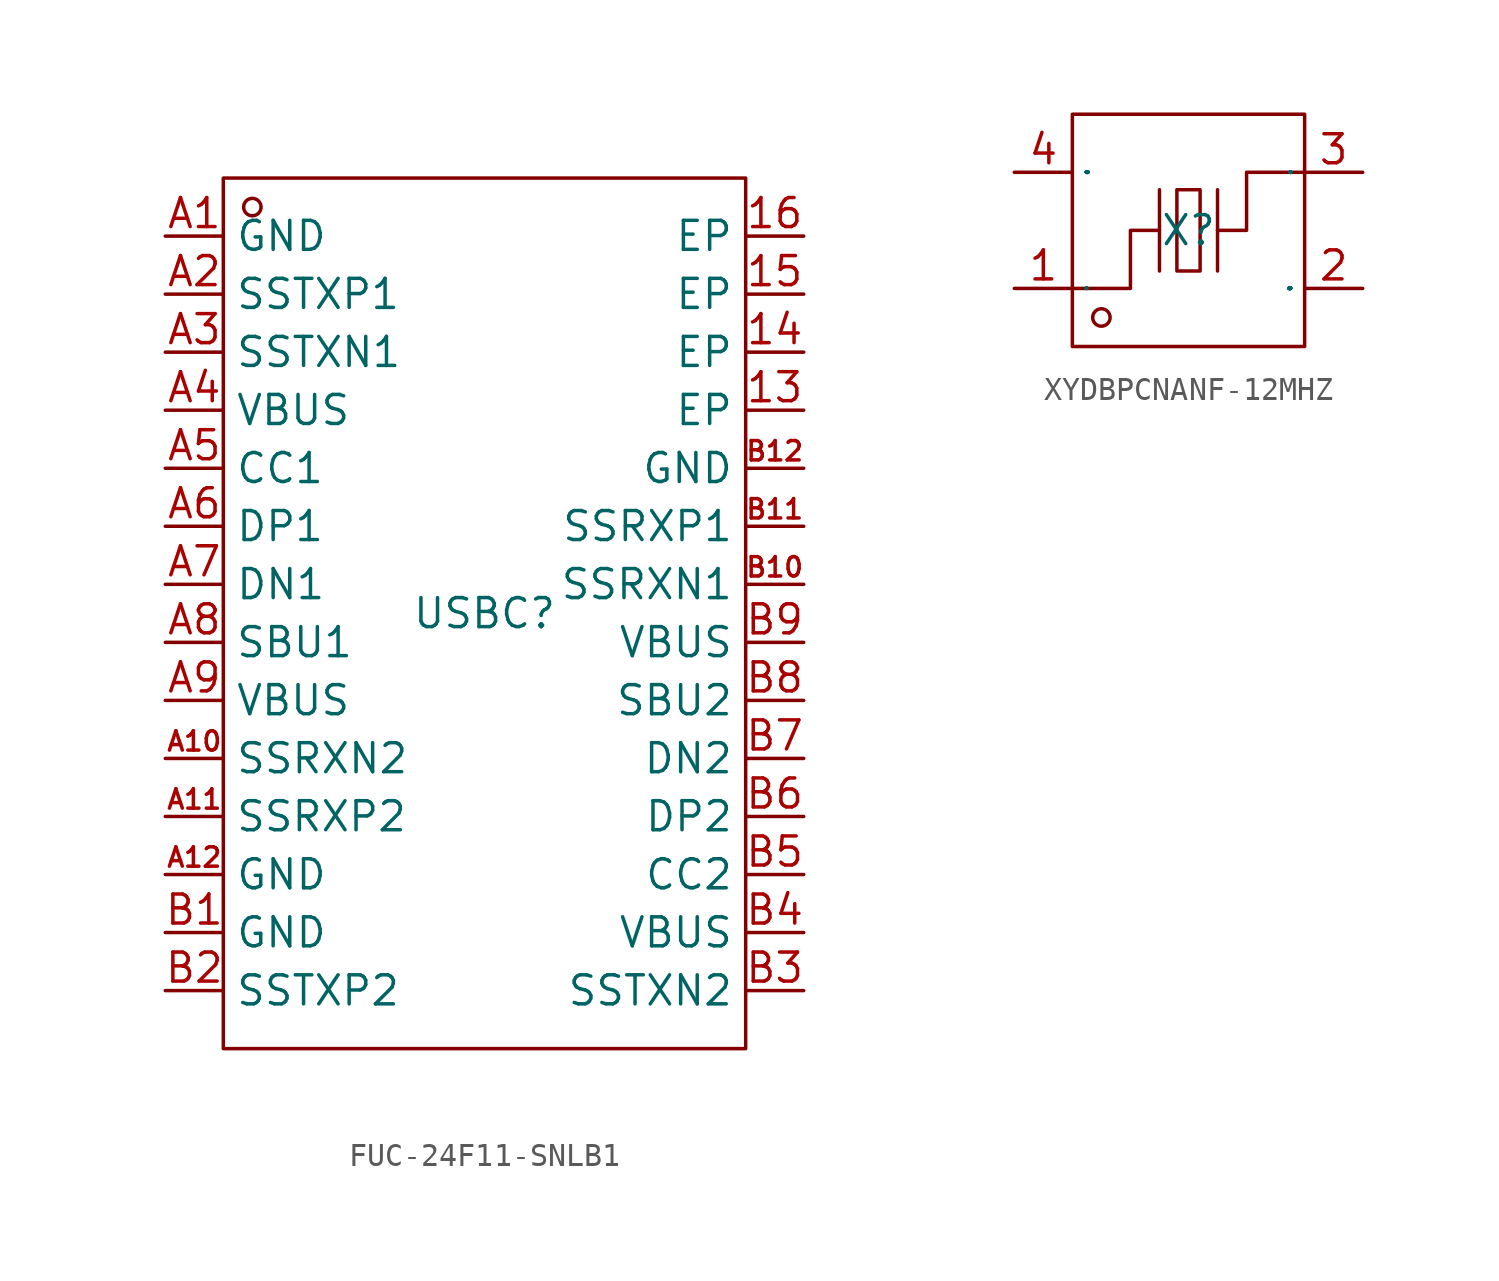
<source format=kicad_sym>
(kicad_symbol_lib
  (version 20231120)
  (generator "kicad_symbol_editor")
  (generator_version "8.0")
  (symbol "FUC-24F11-SNLB1"
    (property "Reference" "USBC"
      (at 0 0 0)
      (effects (font (size 1.27 1.27))))
    (property "Value" ""
      (at 0 0 0)
      (effects (font (size 1.27 1.27))))
    (symbol "FUC-24F11-SNLB1_1_0"
      (rectangle (start -11.43 -19.05) (end 11.43 19.05) (stroke (width 0) (type default)) (fill (type none)))
      (circle (center -10.16 17.78) (radius 0.381) (stroke (width 0) (type default)) (fill (type none)))
      (pin unspecified line (at 13.97 8.89 180) (length 2.54) (name "EP" (effects (font (size 1.27 1.27)))) (number "13" (effects (font (size 1.27 1.27)))))
      (pin unspecified line (at 13.97 11.43 180) (length 2.54) (name "EP" (effects (font (size 1.27 1.27)))) (number "14" (effects (font (size 1.27 1.27)))))
      (pin unspecified line (at 13.97 13.97 180) (length 2.54) (name "EP" (effects (font (size 1.27 1.27)))) (number "15" (effects (font (size 1.27 1.27)))))
      (pin unspecified line (at 13.97 16.51 180) (length 2.54) (name "EP" (effects (font (size 1.27 1.27)))) (number "16" (effects (font (size 1.27 1.27)))))
      (pin unspecified line (at -13.97 16.51 0) (length 2.54) (name "GND" (effects (font (size 1.27 1.27)))) (number "A1" (effects (font (size 1.27 1.27)))))
      (pin unspecified line (at -13.97 -6.35 0) (length 2.54) (name "SSRXN2" (effects (font (size 1.27 1.27)))) (number "A10" (effects (font (size 0.847 0.847)))))
      (pin unspecified line (at -13.97 -8.89 0) (length 2.54) (name "SSRXP2" (effects (font (size 1.27 1.27)))) (number "A11" (effects (font (size 0.847 0.847)))))
      (pin unspecified line (at -13.97 -11.43 0) (length 2.54) (name "GND" (effects (font (size 1.27 1.27)))) (number "A12" (effects (font (size 0.847 0.847)))))
      (pin unspecified line (at -13.97 13.97 0) (length 2.54) (name "SSTXP1" (effects (font (size 1.27 1.27)))) (number "A2" (effects (font (size 1.27 1.27)))))
      (pin unspecified line (at -13.97 11.43 0) (length 2.54) (name "SSTXN1" (effects (font (size 1.27 1.27)))) (number "A3" (effects (font (size 1.27 1.27)))))
      (pin unspecified line (at -13.97 8.89 0) (length 2.54) (name "VBUS" (effects (font (size 1.27 1.27)))) (number "A4" (effects (font (size 1.27 1.27)))))
      (pin unspecified line (at -13.97 6.35 0) (length 2.54) (name "CC1" (effects (font (size 1.27 1.27)))) (number "A5" (effects (font (size 1.27 1.27)))))
      (pin unspecified line (at -13.97 3.81 0) (length 2.54) (name "DP1" (effects (font (size 1.27 1.27)))) (number "A6" (effects (font (size 1.27 1.27)))))
      (pin unspecified line (at -13.97 1.27 0) (length 2.54) (name "DN1" (effects (font (size 1.27 1.27)))) (number "A7" (effects (font (size 1.27 1.27)))))
      (pin unspecified line (at -13.97 -1.27 0) (length 2.54) (name "SBU1" (effects (font (size 1.27 1.27)))) (number "A8" (effects (font (size 1.27 1.27)))))
      (pin unspecified line (at -13.97 -3.81 0) (length 2.54) (name "VBUS" (effects (font (size 1.27 1.27)))) (number "A9" (effects (font (size 1.27 1.27)))))
      (pin unspecified line (at -13.97 -13.97 0) (length 2.54) (name "GND" (effects (font (size 1.27 1.27)))) (number "B1" (effects (font (size 1.27 1.27)))))
      (pin unspecified line (at 13.97 1.27 180) (length 2.54) (name "SSRXN1" (effects (font (size 1.27 1.27)))) (number "B10" (effects (font (size 0.847 0.847)))))
      (pin unspecified line (at 13.97 3.81 180) (length 2.54) (name "SSRXP1" (effects (font (size 1.27 1.27)))) (number "B11" (effects (font (size 0.847 0.847)))))
      (pin unspecified line (at 13.97 6.35 180) (length 2.54) (name "GND" (effects (font (size 1.27 1.27)))) (number "B12" (effects (font (size 0.847 0.847)))))
      (pin unspecified line (at -13.97 -16.51 0) (length 2.54) (name "SSTXP2" (effects (font (size 1.27 1.27)))) (number "B2" (effects (font (size 1.27 1.27)))))
      (pin unspecified line (at 13.97 -16.51 180) (length 2.54) (name "SSTXN2" (effects (font (size 1.27 1.27)))) (number "B3" (effects (font (size 1.27 1.27)))))
      (pin unspecified line (at 13.97 -13.97 180) (length 2.54) (name "VBUS" (effects (font (size 1.27 1.27)))) (number "B4" (effects (font (size 1.27 1.27)))))
      (pin unspecified line (at 13.97 -11.43 180) (length 2.54) (name "CC2" (effects (font (size 1.27 1.27)))) (number "B5" (effects (font (size 1.27 1.27)))))
      (pin unspecified line (at 13.97 -8.89 180) (length 2.54) (name "DP2" (effects (font (size 1.27 1.27)))) (number "B6" (effects (font (size 1.27 1.27)))))
      (pin unspecified line (at 13.97 -6.35 180) (length 2.54) (name "DN2" (effects (font (size 1.27 1.27)))) (number "B7" (effects (font (size 1.27 1.27)))))
      (pin unspecified line (at 13.97 -3.81 180) (length 2.54) (name "SBU2" (effects (font (size 1.27 1.27)))) (number "B8" (effects (font (size 1.27 1.27)))))
      (pin unspecified line (at 13.97 -1.27 180) (length 2.54) (name "VBUS" (effects (font (size 1.27 1.27)))) (number "B9" (effects (font (size 1.27 1.27)))))))
  (symbol "XYDBPCNANF-12MHZ"
    (property "Reference" "X"
      (at 0 0 0)
      (effects (font (size 1.27 1.27))))
    (symbol "XYDBPCNANF-12MHZ_1_0"
      (rectangle (start -5.08 -5.08) (end 5.08 5.08) (stroke (width 0) (type default)) (fill (type none)))
      (circle (center -3.81 -3.81) (radius 0.381) (stroke (width 0) (type default)) (fill (type none)))
      (rectangle (start -0.508 -1.778) (end 0.508 1.778) (stroke (width 0) (type default)) (fill (type none)))
      (polyline (pts (xy -1.27 -1.778) (xy -1.27 1.778)) (stroke (width 0) (type default)) (fill (type none)))
      (polyline (pts (xy 1.27 -1.778) (xy 1.27 1.778)) (stroke (width 0) (type default)) (fill (type none)))
      (polyline (pts (xy -5.08 -2.54) (xy -2.54 -2.54) (xy -2.54 -2.54) (xy -2.54 0) (xy -2.54 0) (xy -1.27 0)) (stroke (width 0) (type default)) (fill (type none)))
      (polyline (pts (xy 5.08 2.54) (xy 2.54 2.54) (xy 2.54 2.54) (xy 2.54 0) (xy 2.54 0) (xy 1.27 0)) (stroke (width 0) (type default)) (fill (type none)))
      (pin input line (at -7.62 -2.54 0) (length 2.54) (name "1" (effects (font (size 0.025 0.025)))) (number "1" (effects (font (size 1.27 1.27)))))
      (pin input line (at 7.62 -2.54 180) (length 2.54) (name "GND" (effects (font (size 0.025 0.025)))) (number "2" (effects (font (size 1.27 1.27)))))
      (pin input line (at 7.62 2.54 180) (length 2.54) (name "3" (effects (font (size 0.025 0.025)))) (number "3" (effects (font (size 1.27 1.27)))))
      (pin input line (at -7.62 2.54 0) (length 2.54) (name "GND" (effects (font (size 0.025 0.025)))) (number "4" (effects (font (size 1.27 1.27))))))))
</source>
